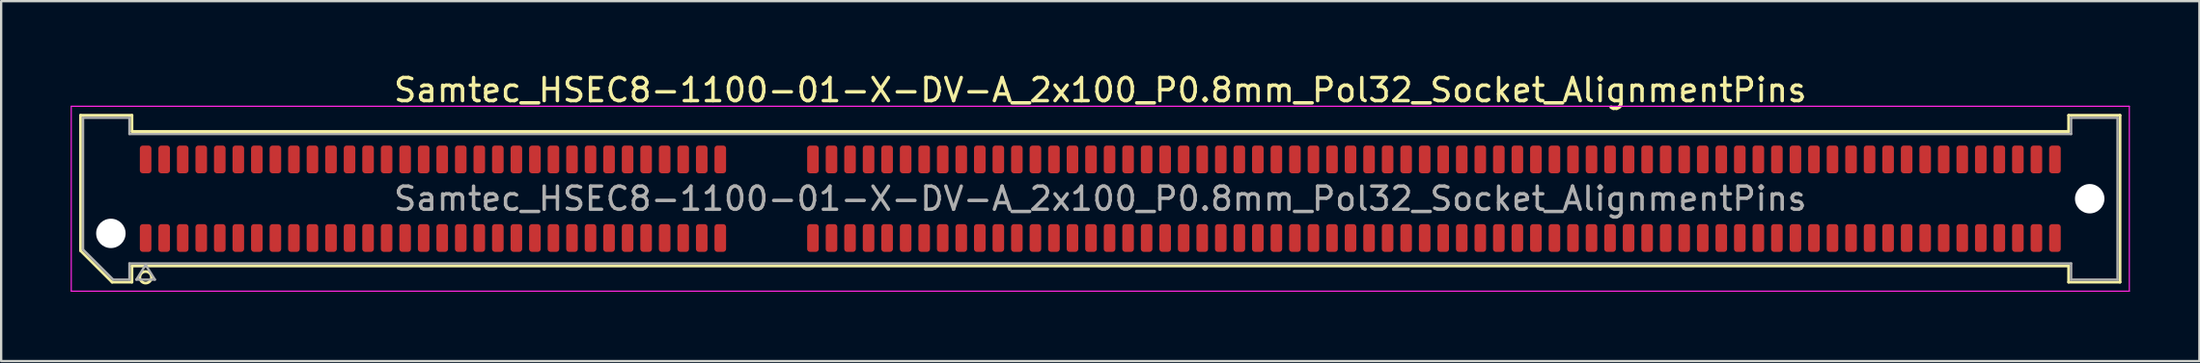
<source format=kicad_pcb>
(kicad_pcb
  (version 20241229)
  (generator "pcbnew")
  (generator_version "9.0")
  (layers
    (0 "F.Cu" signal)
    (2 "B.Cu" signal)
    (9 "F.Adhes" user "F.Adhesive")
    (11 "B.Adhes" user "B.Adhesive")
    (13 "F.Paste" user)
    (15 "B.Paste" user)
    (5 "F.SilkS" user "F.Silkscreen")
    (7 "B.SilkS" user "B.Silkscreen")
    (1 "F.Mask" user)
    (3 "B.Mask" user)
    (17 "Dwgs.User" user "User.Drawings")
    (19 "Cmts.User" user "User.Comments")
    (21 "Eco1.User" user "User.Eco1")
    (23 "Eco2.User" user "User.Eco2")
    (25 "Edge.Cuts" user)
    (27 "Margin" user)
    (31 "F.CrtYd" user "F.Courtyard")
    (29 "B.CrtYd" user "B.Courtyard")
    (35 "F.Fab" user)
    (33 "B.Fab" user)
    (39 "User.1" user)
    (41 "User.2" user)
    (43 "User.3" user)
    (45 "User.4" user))
  (footprint "Samtec_HSEC8-1100-01-X-DV-A_2x100_P0.8mm_Pol32_Socket_AlignmentPins"
    (layer "F.Cu")
    (at 44.435 5.548)
    (property "Reference" "Samtec_HSEC8-1100-01-X-DV-A_2x100_P0.8mm_Pol32_Socket_AlignmentPins" (at 0 -4.7 0) (layer "F.SilkS") (effects (font (size 1 1) (thickness 0.15))))
    (attr smd)
    (fp_line (start -44.01 -3.61) (end -41.79 -3.61) (stroke (width 0.12) (type solid)) (layer "F.SilkS"))
    (fp_line (start -44.01 2.246) (end -44.01 -3.61) (stroke (width 0.12) (type solid)) (layer "F.SilkS"))
    (fp_line (start -42.646 3.61) (end -44.01 2.246) (stroke (width 0.12) (type solid)) (layer "F.SilkS"))
    (fp_line (start -41.79 -3.61) (end -41.79 -2.91) (stroke (width 0.12) (type solid)) (layer "F.SilkS"))
    (fp_line (start -41.79 -2.91) (end 41.79 -2.91) (stroke (width 0.12) (type solid)) (layer "F.SilkS"))
    (fp_line (start -41.79 2.91) (end -41.79 3.61) (stroke (width 0.12) (type solid)) (layer "F.SilkS"))
    (fp_line (start -41.79 3.61) (end -42.646 3.61) (stroke (width 0.12) (type solid)) (layer "F.SilkS"))
    (fp_line (start 41.79 -3.61) (end 44.01 -3.61) (stroke (width 0.12) (type solid)) (layer "F.SilkS"))
    (fp_line (start 41.79 -2.91) (end 41.79 -3.61) (stroke (width 0.12) (type solid)) (layer "F.SilkS"))
    (fp_line (start 41.79 2.91) (end -41.79 2.91) (stroke (width 0.12) (type solid)) (layer "F.SilkS"))
    (fp_line (start 41.79 3.61) (end 41.79 2.91) (stroke (width 0.12) (type solid)) (layer "F.SilkS"))
    (fp_line (start 44.01 -3.61) (end 44.01 3.61) (stroke (width 0.12) (type solid)) (layer "F.SilkS"))
    (fp_line (start 44.01 3.61) (end 41.79 3.61) (stroke (width 0.12) (type solid)) (layer "F.SilkS"))
    (fp_arc (start -40.95 3.4) (mid -41.45 3.4) (end -40.95 3.4) (stroke (width 0.12) (type solid)) (layer "F.SilkS"))
    (fp_line (start -44.41 -4) (end -44.41 4) (stroke (width 0.05) (type solid)) (layer "F.CrtYd"))
    (fp_line (start -44.41 4) (end 44.41 4) (stroke (width 0.05) (type solid)) (layer "F.CrtYd"))
    (fp_line (start 44.41 -4) (end -44.41 -4) (stroke (width 0.05) (type solid)) (layer "F.CrtYd"))
    (fp_line (start 44.41 4) (end 44.41 -4) (stroke (width 0.05) (type solid)) (layer "F.CrtYd"))
    (fp_line (start -43.9 -3.5) (end -41.9 -3.5) (stroke (width 0.1) (type solid)) (layer "F.Fab"))
    (fp_line (start -43.9 2.2) (end -43.9 -3.5) (stroke (width 0.1) (type solid)) (layer "F.Fab"))
    (fp_line (start -42.6 3.5) (end -43.9 2.2) (stroke (width 0.1) (type solid)) (layer "F.Fab"))
    (fp_line (start -41.9 -3.5) (end -41.9 -2.8) (stroke (width 0.1) (type solid)) (layer "F.Fab"))
    (fp_line (start -41.9 -2.8) (end 41.9 -2.8) (stroke (width 0.1) (type solid)) (layer "F.Fab"))
    (fp_line (start -41.9 2.8) (end -41.9 3.5) (stroke (width 0.1) (type solid)) (layer "F.Fab"))
    (fp_line (start -41.9 3.5) (end -42.6 3.5) (stroke (width 0.1) (type solid)) (layer "F.Fab"))
    (fp_line (start -41.6 3.5) (end -41.2 2.86) (stroke (width 0.1) (type solid)) (layer "F.Fab"))
    (fp_line (start -41.2 2.86) (end -40.8 3.5) (stroke (width 0.1) (type solid)) (layer "F.Fab"))
    (fp_line (start -40.8 3.5) (end -41.6 3.5) (stroke (width 0.1) (type solid)) (layer "F.Fab"))
    (fp_line (start 41.9 -3.5) (end 43.9 -3.5) (stroke (width 0.1) (type solid)) (layer "F.Fab"))
    (fp_line (start 41.9 -2.8) (end 41.9 -3.5) (stroke (width 0.1) (type solid)) (layer "F.Fab"))
    (fp_line (start 41.9 2.8) (end -41.9 2.8) (stroke (width 0.1) (type solid)) (layer "F.Fab"))
    (fp_line (start 41.9 3.5) (end 41.9 2.8) (stroke (width 0.1) (type solid)) (layer "F.Fab"))
    (fp_line (start 43.9 -3.5) (end 43.9 3.5) (stroke (width 0.1) (type solid)) (layer "F.Fab"))
    (fp_line (start 43.9 3.5) (end 41.9 3.5) (stroke (width 0.1) (type solid)) (layer "F.Fab"))
    (fp_text user "${REFERENCE}" (at 0 0 0) (layer "F.Fab") (effects (font (size 1 1) (thickness 0.15))))
    (pad "" np_thru_hole circle (at -42.7 1.5) (size 1.27 1.27) (drill 1.27) (layers "*.Cu" "*.Mask"))
    (pad "" np_thru_hole circle (at 42.7 0) (size 1.27 1.27) (drill 1.27) (layers "*.Cu" "*.Mask"))
    (pad "1" smd roundrect (at -41.2 1.7) (size 0.5 1.2) (layers "F.Cu" "F.Mask" "F.Paste") (roundrect_rratio 0.25))
    (pad "2" smd roundrect (at -41.2 -1.7) (size 0.5 1.2) (layers "F.Cu" "F.Mask" "F.Paste") (roundrect_rratio 0.25))
    (pad "3" smd roundrect (at -40.4 1.7) (size 0.5 1.2) (layers "F.Cu" "F.Mask" "F.Paste") (roundrect_rratio 0.25))
    (pad "4" smd roundrect (at -40.4 -1.7) (size 0.5 1.2) (layers "F.Cu" "F.Mask" "F.Paste") (roundrect_rratio 0.25))
    (pad "5" smd roundrect (at -39.6 1.7) (size 0.5 1.2) (layers "F.Cu" "F.Mask" "F.Paste") (roundrect_rratio 0.25))
    (pad "6" smd roundrect (at -39.6 -1.7) (size 0.5 1.2) (layers "F.Cu" "F.Mask" "F.Paste") (roundrect_rratio 0.25))
    (pad "7" smd roundrect (at -38.8 1.7) (size 0.5 1.2) (layers "F.Cu" "F.Mask" "F.Paste") (roundrect_rratio 0.25))
    (pad "8" smd roundrect (at -38.8 -1.7) (size 0.5 1.2) (layers "F.Cu" "F.Mask" "F.Paste") (roundrect_rratio 0.25))
    (pad "9" smd roundrect (at -38 1.7) (size 0.5 1.2) (layers "F.Cu" "F.Mask" "F.Paste") (roundrect_rratio 0.25))
    (pad "10" smd roundrect (at -38 -1.7) (size 0.5 1.2) (layers "F.Cu" "F.Mask" "F.Paste") (roundrect_rratio 0.25))
    (pad "11" smd roundrect (at -37.2 1.7) (size 0.5 1.2) (layers "F.Cu" "F.Mask" "F.Paste") (roundrect_rratio 0.25))
    (pad "12" smd roundrect (at -37.2 -1.7) (size 0.5 1.2) (layers "F.Cu" "F.Mask" "F.Paste") (roundrect_rratio 0.25))
    (pad "13" smd roundrect (at -36.4 1.7) (size 0.5 1.2) (layers "F.Cu" "F.Mask" "F.Paste") (roundrect_rratio 0.25))
    (pad "14" smd roundrect (at -36.4 -1.7) (size 0.5 1.2) (layers "F.Cu" "F.Mask" "F.Paste") (roundrect_rratio 0.25))
    (pad "15" smd roundrect (at -35.6 1.7) (size 0.5 1.2) (layers "F.Cu" "F.Mask" "F.Paste") (roundrect_rratio 0.25))
    (pad "16" smd roundrect (at -35.6 -1.7) (size 0.5 1.2) (layers "F.Cu" "F.Mask" "F.Paste") (roundrect_rratio 0.25))
    (pad "17" smd roundrect (at -34.8 1.7) (size 0.5 1.2) (layers "F.Cu" "F.Mask" "F.Paste") (roundrect_rratio 0.25))
    (pad "18" smd roundrect (at -34.8 -1.7) (size 0.5 1.2) (layers "F.Cu" "F.Mask" "F.Paste") (roundrect_rratio 0.25))
    (pad "19" smd roundrect (at -34 1.7) (size 0.5 1.2) (layers "F.Cu" "F.Mask" "F.Paste") (roundrect_rratio 0.25))
    (pad "20" smd roundrect (at -34 -1.7) (size 0.5 1.2) (layers "F.Cu" "F.Mask" "F.Paste") (roundrect_rratio 0.25))
    (pad "21" smd roundrect (at -33.2 1.7) (size 0.5 1.2) (layers "F.Cu" "F.Mask" "F.Paste") (roundrect_rratio 0.25))
    (pad "22" smd roundrect (at -33.2 -1.7) (size 0.5 1.2) (layers "F.Cu" "F.Mask" "F.Paste") (roundrect_rratio 0.25))
    (pad "23" smd roundrect (at -32.4 1.7) (size 0.5 1.2) (layers "F.Cu" "F.Mask" "F.Paste") (roundrect_rratio 0.25))
    (pad "24" smd roundrect (at -32.4 -1.7) (size 0.5 1.2) (layers "F.Cu" "F.Mask" "F.Paste") (roundrect_rratio 0.25))
    (pad "25" smd roundrect (at -31.6 1.7) (size 0.5 1.2) (layers "F.Cu" "F.Mask" "F.Paste") (roundrect_rratio 0.25))
    (pad "26" smd roundrect (at -31.6 -1.7) (size 0.5 1.2) (layers "F.Cu" "F.Mask" "F.Paste") (roundrect_rratio 0.25))
    (pad "27" smd roundrect (at -30.8 1.7) (size 0.5 1.2) (layers "F.Cu" "F.Mask" "F.Paste") (roundrect_rratio 0.25))
    (pad "28" smd roundrect (at -30.8 -1.7) (size 0.5 1.2) (layers "F.Cu" "F.Mask" "F.Paste") (roundrect_rratio 0.25))
    (pad "29" smd roundrect (at -30 1.7) (size 0.5 1.2) (layers "F.Cu" "F.Mask" "F.Paste") (roundrect_rratio 0.25))
    (pad "30" smd roundrect (at -30 -1.7) (size 0.5 1.2) (layers "F.Cu" "F.Mask" "F.Paste") (roundrect_rratio 0.25))
    (pad "31" smd roundrect (at -29.2 1.7) (size 0.5 1.2) (layers "F.Cu" "F.Mask" "F.Paste") (roundrect_rratio 0.25))
    (pad "32" smd roundrect (at -29.2 -1.7) (size 0.5 1.2) (layers "F.Cu" "F.Mask" "F.Paste") (roundrect_rratio 0.25))
    (pad "33" smd roundrect (at -28.4 1.7) (size 0.5 1.2) (layers "F.Cu" "F.Mask" "F.Paste") (roundrect_rratio 0.25))
    (pad "34" smd roundrect (at -28.4 -1.7) (size 0.5 1.2) (layers "F.Cu" "F.Mask" "F.Paste") (roundrect_rratio 0.25))
    (pad "35" smd roundrect (at -27.6 1.7) (size 0.5 1.2) (layers "F.Cu" "F.Mask" "F.Paste") (roundrect_rratio 0.25))
    (pad "36" smd roundrect (at -27.6 -1.7) (size 0.5 1.2) (layers "F.Cu" "F.Mask" "F.Paste") (roundrect_rratio 0.25))
    (pad "37" smd roundrect (at -26.8 1.7) (size 0.5 1.2) (layers "F.Cu" "F.Mask" "F.Paste") (roundrect_rratio 0.25))
    (pad "38" smd roundrect (at -26.8 -1.7) (size 0.5 1.2) (layers "F.Cu" "F.Mask" "F.Paste") (roundrect_rratio 0.25))
    (pad "39" smd roundrect (at -26 1.7) (size 0.5 1.2) (layers "F.Cu" "F.Mask" "F.Paste") (roundrect_rratio 0.25))
    (pad "40" smd roundrect (at -26 -1.7) (size 0.5 1.2) (layers "F.Cu" "F.Mask" "F.Paste") (roundrect_rratio 0.25))
    (pad "41" smd roundrect (at -25.2 1.7) (size 0.5 1.2) (layers "F.Cu" "F.Mask" "F.Paste") (roundrect_rratio 0.25))
    (pad "42" smd roundrect (at -25.2 -1.7) (size 0.5 1.2) (layers "F.Cu" "F.Mask" "F.Paste") (roundrect_rratio 0.25))
    (pad "43" smd roundrect (at -24.4 1.7) (size 0.5 1.2) (layers "F.Cu" "F.Mask" "F.Paste") (roundrect_rratio 0.25))
    (pad "44" smd roundrect (at -24.4 -1.7) (size 0.5 1.2) (layers "F.Cu" "F.Mask" "F.Paste") (roundrect_rratio 0.25))
    (pad "45" smd roundrect (at -23.6 1.7) (size 0.5 1.2) (layers "F.Cu" "F.Mask" "F.Paste") (roundrect_rratio 0.25))
    (pad "46" smd roundrect (at -23.6 -1.7) (size 0.5 1.2) (layers "F.Cu" "F.Mask" "F.Paste") (roundrect_rratio 0.25))
    (pad "47" smd roundrect (at -22.8 1.7) (size 0.5 1.2) (layers "F.Cu" "F.Mask" "F.Paste") (roundrect_rratio 0.25))
    (pad "48" smd roundrect (at -22.8 -1.7) (size 0.5 1.2) (layers "F.Cu" "F.Mask" "F.Paste") (roundrect_rratio 0.25))
    (pad "49" smd roundrect (at -22 1.7) (size 0.5 1.2) (layers "F.Cu" "F.Mask" "F.Paste") (roundrect_rratio 0.25))
    (pad "50" smd roundrect (at -22 -1.7) (size 0.5 1.2) (layers "F.Cu" "F.Mask" "F.Paste") (roundrect_rratio 0.25))
    (pad "51" smd roundrect (at -21.2 1.7) (size 0.5 1.2) (layers "F.Cu" "F.Mask" "F.Paste") (roundrect_rratio 0.25))
    (pad "52" smd roundrect (at -21.2 -1.7) (size 0.5 1.2) (layers "F.Cu" "F.Mask" "F.Paste") (roundrect_rratio 0.25))
    (pad "53" smd roundrect (at -20.4 1.7) (size 0.5 1.2) (layers "F.Cu" "F.Mask" "F.Paste") (roundrect_rratio 0.25))
    (pad "54" smd roundrect (at -20.4 -1.7) (size 0.5 1.2) (layers "F.Cu" "F.Mask" "F.Paste") (roundrect_rratio 0.25))
    (pad "55" smd roundrect (at -19.6 1.7) (size 0.5 1.2) (layers "F.Cu" "F.Mask" "F.Paste") (roundrect_rratio 0.25))
    (pad "56" smd roundrect (at -19.6 -1.7) (size 0.5 1.2) (layers "F.Cu" "F.Mask" "F.Paste") (roundrect_rratio 0.25))
    (pad "57" smd roundrect (at -18.8 1.7) (size 0.5 1.2) (layers "F.Cu" "F.Mask" "F.Paste") (roundrect_rratio 0.25))
    (pad "58" smd roundrect (at -18.8 -1.7) (size 0.5 1.2) (layers "F.Cu" "F.Mask" "F.Paste") (roundrect_rratio 0.25))
    (pad "59" smd roundrect (at -18 1.7) (size 0.5 1.2) (layers "F.Cu" "F.Mask" "F.Paste") (roundrect_rratio 0.25))
    (pad "60" smd roundrect (at -18 -1.7) (size 0.5 1.2) (layers "F.Cu" "F.Mask" "F.Paste") (roundrect_rratio 0.25))
    (pad "61" smd roundrect (at -17.2 1.7) (size 0.5 1.2) (layers "F.Cu" "F.Mask" "F.Paste") (roundrect_rratio 0.25))
    (pad "62" smd roundrect (at -17.2 -1.7) (size 0.5 1.2) (layers "F.Cu" "F.Mask" "F.Paste") (roundrect_rratio 0.25))
    (pad "63" smd roundrect (at -16.4 1.7) (size 0.5 1.2) (layers "F.Cu" "F.Mask" "F.Paste") (roundrect_rratio 0.25))
    (pad "64" smd roundrect (at -16.4 -1.7) (size 0.5 1.2) (layers "F.Cu" "F.Mask" "F.Paste") (roundrect_rratio 0.25))
    (pad "65" smd roundrect (at -12.4 1.7) (size 0.5 1.2) (layers "F.Cu" "F.Mask" "F.Paste") (roundrect_rratio 0.25))
    (pad "66" smd roundrect (at -12.4 -1.7) (size 0.5 1.2) (layers "F.Cu" "F.Mask" "F.Paste") (roundrect_rratio 0.25))
    (pad "67" smd roundrect (at -11.6 1.7) (size 0.5 1.2) (layers "F.Cu" "F.Mask" "F.Paste") (roundrect_rratio 0.25))
    (pad "68" smd roundrect (at -11.6 -1.7) (size 0.5 1.2) (layers "F.Cu" "F.Mask" "F.Paste") (roundrect_rratio 0.25))
    (pad "69" smd roundrect (at -10.8 1.7) (size 0.5 1.2) (layers "F.Cu" "F.Mask" "F.Paste") (roundrect_rratio 0.25))
    (pad "70" smd roundrect (at -10.8 -1.7) (size 0.5 1.2) (layers "F.Cu" "F.Mask" "F.Paste") (roundrect_rratio 0.25))
    (pad "71" smd roundrect (at -10 1.7) (size 0.5 1.2) (layers "F.Cu" "F.Mask" "F.Paste") (roundrect_rratio 0.25))
    (pad "72" smd roundrect (at -10 -1.7) (size 0.5 1.2) (layers "F.Cu" "F.Mask" "F.Paste") (roundrect_rratio 0.25))
    (pad "73" smd roundrect (at -9.2 1.7) (size 0.5 1.2) (layers "F.Cu" "F.Mask" "F.Paste") (roundrect_rratio 0.25))
    (pad "74" smd roundrect (at -9.2 -1.7) (size 0.5 1.2) (layers "F.Cu" "F.Mask" "F.Paste") (roundrect_rratio 0.25))
    (pad "75" smd roundrect (at -8.4 1.7) (size 0.5 1.2) (layers "F.Cu" "F.Mask" "F.Paste") (roundrect_rratio 0.25))
    (pad "76" smd roundrect (at -8.4 -1.7) (size 0.5 1.2) (layers "F.Cu" "F.Mask" "F.Paste") (roundrect_rratio 0.25))
    (pad "77" smd roundrect (at -7.6 1.7) (size 0.5 1.2) (layers "F.Cu" "F.Mask" "F.Paste") (roundrect_rratio 0.25))
    (pad "78" smd roundrect (at -7.6 -1.7) (size 0.5 1.2) (layers "F.Cu" "F.Mask" "F.Paste") (roundrect_rratio 0.25))
    (pad "79" smd roundrect (at -6.8 1.7) (size 0.5 1.2) (layers "F.Cu" "F.Mask" "F.Paste") (roundrect_rratio 0.25))
    (pad "80" smd roundrect (at -6.8 -1.7) (size 0.5 1.2) (layers "F.Cu" "F.Mask" "F.Paste") (roundrect_rratio 0.25))
    (pad "81" smd roundrect (at -6 1.7) (size 0.5 1.2) (layers "F.Cu" "F.Mask" "F.Paste") (roundrect_rratio 0.25))
    (pad "82" smd roundrect (at -6 -1.7) (size 0.5 1.2) (layers "F.Cu" "F.Mask" "F.Paste") (roundrect_rratio 0.25))
    (pad "83" smd roundrect (at -5.2 1.7) (size 0.5 1.2) (layers "F.Cu" "F.Mask" "F.Paste") (roundrect_rratio 0.25))
    (pad "84" smd roundrect (at -5.2 -1.7) (size 0.5 1.2) (layers "F.Cu" "F.Mask" "F.Paste") (roundrect_rratio 0.25))
    (pad "85" smd roundrect (at -4.4 1.7) (size 0.5 1.2) (layers "F.Cu" "F.Mask" "F.Paste") (roundrect_rratio 0.25))
    (pad "86" smd roundrect (at -4.4 -1.7) (size 0.5 1.2) (layers "F.Cu" "F.Mask" "F.Paste") (roundrect_rratio 0.25))
    (pad "87" smd roundrect (at -3.6 1.7) (size 0.5 1.2) (layers "F.Cu" "F.Mask" "F.Paste") (roundrect_rratio 0.25))
    (pad "88" smd roundrect (at -3.6 -1.7) (size 0.5 1.2) (layers "F.Cu" "F.Mask" "F.Paste") (roundrect_rratio 0.25))
    (pad "89" smd roundrect (at -2.8 1.7) (size 0.5 1.2) (layers "F.Cu" "F.Mask" "F.Paste") (roundrect_rratio 0.25))
    (pad "90" smd roundrect (at -2.8 -1.7) (size 0.5 1.2) (layers "F.Cu" "F.Mask" "F.Paste") (roundrect_rratio 0.25))
    (pad "91" smd roundrect (at -2 1.7) (size 0.5 1.2) (layers "F.Cu" "F.Mask" "F.Paste") (roundrect_rratio 0.25))
    (pad "92" smd roundrect (at -2 -1.7) (size 0.5 1.2) (layers "F.Cu" "F.Mask" "F.Paste") (roundrect_rratio 0.25))
    (pad "93" smd roundrect (at -1.2 1.7) (size 0.5 1.2) (layers "F.Cu" "F.Mask" "F.Paste") (roundrect_rratio 0.25))
    (pad "94" smd roundrect (at -1.2 -1.7) (size 0.5 1.2) (layers "F.Cu" "F.Mask" "F.Paste") (roundrect_rratio 0.25))
    (pad "95" smd roundrect (at -0.4 1.7) (size 0.5 1.2) (layers "F.Cu" "F.Mask" "F.Paste") (roundrect_rratio 0.25))
    (pad "96" smd roundrect (at -0.4 -1.7) (size 0.5 1.2) (layers "F.Cu" "F.Mask" "F.Paste") (roundrect_rratio 0.25))
    (pad "97" smd roundrect (at 0.4 1.7) (size 0.5 1.2) (layers "F.Cu" "F.Mask" "F.Paste") (roundrect_rratio 0.25))
    (pad "98" smd roundrect (at 0.4 -1.7) (size 0.5 1.2) (layers "F.Cu" "F.Mask" "F.Paste") (roundrect_rratio 0.25))
    (pad "99" smd roundrect (at 1.2 1.7) (size 0.5 1.2) (layers "F.Cu" "F.Mask" "F.Paste") (roundrect_rratio 0.25))
    (pad "100" smd roundrect (at 1.2 -1.7) (size 0.5 1.2) (layers "F.Cu" "F.Mask" "F.Paste") (roundrect_rratio 0.25))
    (pad "101" smd roundrect (at 2 1.7) (size 0.5 1.2) (layers "F.Cu" "F.Mask" "F.Paste") (roundrect_rratio 0.25))
    (pad "102" smd roundrect (at 2 -1.7) (size 0.5 1.2) (layers "F.Cu" "F.Mask" "F.Paste") (roundrect_rratio 0.25))
    (pad "103" smd roundrect (at 2.8 1.7) (size 0.5 1.2) (layers "F.Cu" "F.Mask" "F.Paste") (roundrect_rratio 0.25))
    (pad "104" smd roundrect (at 2.8 -1.7) (size 0.5 1.2) (layers "F.Cu" "F.Mask" "F.Paste") (roundrect_rratio 0.25))
    (pad "105" smd roundrect (at 3.6 1.7) (size 0.5 1.2) (layers "F.Cu" "F.Mask" "F.Paste") (roundrect_rratio 0.25))
    (pad "106" smd roundrect (at 3.6 -1.7) (size 0.5 1.2) (layers "F.Cu" "F.Mask" "F.Paste") (roundrect_rratio 0.25))
    (pad "107" smd roundrect (at 4.4 1.7) (size 0.5 1.2) (layers "F.Cu" "F.Mask" "F.Paste") (roundrect_rratio 0.25))
    (pad "108" smd roundrect (at 4.4 -1.7) (size 0.5 1.2) (layers "F.Cu" "F.Mask" "F.Paste") (roundrect_rratio 0.25))
    (pad "109" smd roundrect (at 5.2 1.7) (size 0.5 1.2) (layers "F.Cu" "F.Mask" "F.Paste") (roundrect_rratio 0.25))
    (pad "110" smd roundrect (at 5.2 -1.7) (size 0.5 1.2) (layers "F.Cu" "F.Mask" "F.Paste") (roundrect_rratio 0.25))
    (pad "111" smd roundrect (at 6 1.7) (size 0.5 1.2) (layers "F.Cu" "F.Mask" "F.Paste") (roundrect_rratio 0.25))
    (pad "112" smd roundrect (at 6 -1.7) (size 0.5 1.2) (layers "F.Cu" "F.Mask" "F.Paste") (roundrect_rratio 0.25))
    (pad "113" smd roundrect (at 6.8 1.7) (size 0.5 1.2) (layers "F.Cu" "F.Mask" "F.Paste") (roundrect_rratio 0.25))
    (pad "114" smd roundrect (at 6.8 -1.7) (size 0.5 1.2) (layers "F.Cu" "F.Mask" "F.Paste") (roundrect_rratio 0.25))
    (pad "115" smd roundrect (at 7.6 1.7) (size 0.5 1.2) (layers "F.Cu" "F.Mask" "F.Paste") (roundrect_rratio 0.25))
    (pad "116" smd roundrect (at 7.6 -1.7) (size 0.5 1.2) (layers "F.Cu" "F.Mask" "F.Paste") (roundrect_rratio 0.25))
    (pad "117" smd roundrect (at 8.4 1.7) (size 0.5 1.2) (layers "F.Cu" "F.Mask" "F.Paste") (roundrect_rratio 0.25))
    (pad "118" smd roundrect (at 8.4 -1.7) (size 0.5 1.2) (layers "F.Cu" "F.Mask" "F.Paste") (roundrect_rratio 0.25))
    (pad "119" smd roundrect (at 9.2 1.7) (size 0.5 1.2) (layers "F.Cu" "F.Mask" "F.Paste") (roundrect_rratio 0.25))
    (pad "120" smd roundrect (at 9.2 -1.7) (size 0.5 1.2) (layers "F.Cu" "F.Mask" "F.Paste") (roundrect_rratio 0.25))
    (pad "121" smd roundrect (at 10 1.7) (size 0.5 1.2) (layers "F.Cu" "F.Mask" "F.Paste") (roundrect_rratio 0.25))
    (pad "122" smd roundrect (at 10 -1.7) (size 0.5 1.2) (layers "F.Cu" "F.Mask" "F.Paste") (roundrect_rratio 0.25))
    (pad "123" smd roundrect (at 10.8 1.7) (size 0.5 1.2) (layers "F.Cu" "F.Mask" "F.Paste") (roundrect_rratio 0.25))
    (pad "124" smd roundrect (at 10.8 -1.7) (size 0.5 1.2) (layers "F.Cu" "F.Mask" "F.Paste") (roundrect_rratio 0.25))
    (pad "125" smd roundrect (at 11.6 1.7) (size 0.5 1.2) (layers "F.Cu" "F.Mask" "F.Paste") (roundrect_rratio 0.25))
    (pad "126" smd roundrect (at 11.6 -1.7) (size 0.5 1.2) (layers "F.Cu" "F.Mask" "F.Paste") (roundrect_rratio 0.25))
    (pad "127" smd roundrect (at 12.4 1.7) (size 0.5 1.2) (layers "F.Cu" "F.Mask" "F.Paste") (roundrect_rratio 0.25))
    (pad "128" smd roundrect (at 12.4 -1.7) (size 0.5 1.2) (layers "F.Cu" "F.Mask" "F.Paste") (roundrect_rratio 0.25))
    (pad "129" smd roundrect (at 13.2 1.7) (size 0.5 1.2) (layers "F.Cu" "F.Mask" "F.Paste") (roundrect_rratio 0.25))
    (pad "130" smd roundrect (at 13.2 -1.7) (size 0.5 1.2) (layers "F.Cu" "F.Mask" "F.Paste") (roundrect_rratio 0.25))
    (pad "131" smd roundrect (at 14 1.7) (size 0.5 1.2) (layers "F.Cu" "F.Mask" "F.Paste") (roundrect_rratio 0.25))
    (pad "132" smd roundrect (at 14 -1.7) (size 0.5 1.2) (layers "F.Cu" "F.Mask" "F.Paste") (roundrect_rratio 0.25))
    (pad "133" smd roundrect (at 14.8 1.7) (size 0.5 1.2) (layers "F.Cu" "F.Mask" "F.Paste") (roundrect_rratio 0.25))
    (pad "134" smd roundrect (at 14.8 -1.7) (size 0.5 1.2) (layers "F.Cu" "F.Mask" "F.Paste") (roundrect_rratio 0.25))
    (pad "135" smd roundrect (at 15.6 1.7) (size 0.5 1.2) (layers "F.Cu" "F.Mask" "F.Paste") (roundrect_rratio 0.25))
    (pad "136" smd roundrect (at 15.6 -1.7) (size 0.5 1.2) (layers "F.Cu" "F.Mask" "F.Paste") (roundrect_rratio 0.25))
    (pad "137" smd roundrect (at 16.4 1.7) (size 0.5 1.2) (layers "F.Cu" "F.Mask" "F.Paste") (roundrect_rratio 0.25))
    (pad "138" smd roundrect (at 16.4 -1.7) (size 0.5 1.2) (layers "F.Cu" "F.Mask" "F.Paste") (roundrect_rratio 0.25))
    (pad "139" smd roundrect (at 17.2 1.7) (size 0.5 1.2) (layers "F.Cu" "F.Mask" "F.Paste") (roundrect_rratio 0.25))
    (pad "140" smd roundrect (at 17.2 -1.7) (size 0.5 1.2) (layers "F.Cu" "F.Mask" "F.Paste") (roundrect_rratio 0.25))
    (pad "141" smd roundrect (at 18 1.7) (size 0.5 1.2) (layers "F.Cu" "F.Mask" "F.Paste") (roundrect_rratio 0.25))
    (pad "142" smd roundrect (at 18 -1.7) (size 0.5 1.2) (layers "F.Cu" "F.Mask" "F.Paste") (roundrect_rratio 0.25))
    (pad "143" smd roundrect (at 18.8 1.7) (size 0.5 1.2) (layers "F.Cu" "F.Mask" "F.Paste") (roundrect_rratio 0.25))
    (pad "144" smd roundrect (at 18.8 -1.7) (size 0.5 1.2) (layers "F.Cu" "F.Mask" "F.Paste") (roundrect_rratio 0.25))
    (pad "145" smd roundrect (at 19.6 1.7) (size 0.5 1.2) (layers "F.Cu" "F.Mask" "F.Paste") (roundrect_rratio 0.25))
    (pad "146" smd roundrect (at 19.6 -1.7) (size 0.5 1.2) (layers "F.Cu" "F.Mask" "F.Paste") (roundrect_rratio 0.25))
    (pad "147" smd roundrect (at 20.4 1.7) (size 0.5 1.2) (layers "F.Cu" "F.Mask" "F.Paste") (roundrect_rratio 0.25))
    (pad "148" smd roundrect (at 20.4 -1.7) (size 0.5 1.2) (layers "F.Cu" "F.Mask" "F.Paste") (roundrect_rratio 0.25))
    (pad "149" smd roundrect (at 21.2 1.7) (size 0.5 1.2) (layers "F.Cu" "F.Mask" "F.Paste") (roundrect_rratio 0.25))
    (pad "150" smd roundrect (at 21.2 -1.7) (size 0.5 1.2) (layers "F.Cu" "F.Mask" "F.Paste") (roundrect_rratio 0.25))
    (pad "151" smd roundrect (at 22 1.7) (size 0.5 1.2) (layers "F.Cu" "F.Mask" "F.Paste") (roundrect_rratio 0.25))
    (pad "152" smd roundrect (at 22 -1.7) (size 0.5 1.2) (layers "F.Cu" "F.Mask" "F.Paste") (roundrect_rratio 0.25))
    (pad "153" smd roundrect (at 22.8 1.7) (size 0.5 1.2) (layers "F.Cu" "F.Mask" "F.Paste") (roundrect_rratio 0.25))
    (pad "154" smd roundrect (at 22.8 -1.7) (size 0.5 1.2) (layers "F.Cu" "F.Mask" "F.Paste") (roundrect_rratio 0.25))
    (pad "155" smd roundrect (at 23.6 1.7) (size 0.5 1.2) (layers "F.Cu" "F.Mask" "F.Paste") (roundrect_rratio 0.25))
    (pad "156" smd roundrect (at 23.6 -1.7) (size 0.5 1.2) (layers "F.Cu" "F.Mask" "F.Paste") (roundrect_rratio 0.25))
    (pad "157" smd roundrect (at 24.4 1.7) (size 0.5 1.2) (layers "F.Cu" "F.Mask" "F.Paste") (roundrect_rratio 0.25))
    (pad "158" smd roundrect (at 24.4 -1.7) (size 0.5 1.2) (layers "F.Cu" "F.Mask" "F.Paste") (roundrect_rratio 0.25))
    (pad "159" smd roundrect (at 25.2 1.7) (size 0.5 1.2) (layers "F.Cu" "F.Mask" "F.Paste") (roundrect_rratio 0.25))
    (pad "160" smd roundrect (at 25.2 -1.7) (size 0.5 1.2) (layers "F.Cu" "F.Mask" "F.Paste") (roundrect_rratio 0.25))
    (pad "161" smd roundrect (at 26 1.7) (size 0.5 1.2) (layers "F.Cu" "F.Mask" "F.Paste") (roundrect_rratio 0.25))
    (pad "162" smd roundrect (at 26 -1.7) (size 0.5 1.2) (layers "F.Cu" "F.Mask" "F.Paste") (roundrect_rratio 0.25))
    (pad "163" smd roundrect (at 26.8 1.7) (size 0.5 1.2) (layers "F.Cu" "F.Mask" "F.Paste") (roundrect_rratio 0.25))
    (pad "164" smd roundrect (at 26.8 -1.7) (size 0.5 1.2) (layers "F.Cu" "F.Mask" "F.Paste") (roundrect_rratio 0.25))
    (pad "165" smd roundrect (at 27.6 1.7) (size 0.5 1.2) (layers "F.Cu" "F.Mask" "F.Paste") (roundrect_rratio 0.25))
    (pad "166" smd roundrect (at 27.6 -1.7) (size 0.5 1.2) (layers "F.Cu" "F.Mask" "F.Paste") (roundrect_rratio 0.25))
    (pad "167" smd roundrect (at 28.4 1.7) (size 0.5 1.2) (layers "F.Cu" "F.Mask" "F.Paste") (roundrect_rratio 0.25))
    (pad "168" smd roundrect (at 28.4 -1.7) (size 0.5 1.2) (layers "F.Cu" "F.Mask" "F.Paste") (roundrect_rratio 0.25))
    (pad "169" smd roundrect (at 29.2 1.7) (size 0.5 1.2) (layers "F.Cu" "F.Mask" "F.Paste") (roundrect_rratio 0.25))
    (pad "170" smd roundrect (at 29.2 -1.7) (size 0.5 1.2) (layers "F.Cu" "F.Mask" "F.Paste") (roundrect_rratio 0.25))
    (pad "171" smd roundrect (at 30 1.7) (size 0.5 1.2) (layers "F.Cu" "F.Mask" "F.Paste") (roundrect_rratio 0.25))
    (pad "172" smd roundrect (at 30 -1.7) (size 0.5 1.2) (layers "F.Cu" "F.Mask" "F.Paste") (roundrect_rratio 0.25))
    (pad "173" smd roundrect (at 30.8 1.7) (size 0.5 1.2) (layers "F.Cu" "F.Mask" "F.Paste") (roundrect_rratio 0.25))
    (pad "174" smd roundrect (at 30.8 -1.7) (size 0.5 1.2) (layers "F.Cu" "F.Mask" "F.Paste") (roundrect_rratio 0.25))
    (pad "175" smd roundrect (at 31.6 1.7) (size 0.5 1.2) (layers "F.Cu" "F.Mask" "F.Paste") (roundrect_rratio 0.25))
    (pad "176" smd roundrect (at 31.6 -1.7) (size 0.5 1.2) (layers "F.Cu" "F.Mask" "F.Paste") (roundrect_rratio 0.25))
    (pad "177" smd roundrect (at 32.4 1.7) (size 0.5 1.2) (layers "F.Cu" "F.Mask" "F.Paste") (roundrect_rratio 0.25))
    (pad "178" smd roundrect (at 32.4 -1.7) (size 0.5 1.2) (layers "F.Cu" "F.Mask" "F.Paste") (roundrect_rratio 0.25))
    (pad "179" smd roundrect (at 33.2 1.7) (size 0.5 1.2) (layers "F.Cu" "F.Mask" "F.Paste") (roundrect_rratio 0.25))
    (pad "180" smd roundrect (at 33.2 -1.7) (size 0.5 1.2) (layers "F.Cu" "F.Mask" "F.Paste") (roundrect_rratio 0.25))
    (pad "181" smd roundrect (at 34 1.7) (size 0.5 1.2) (layers "F.Cu" "F.Mask" "F.Paste") (roundrect_rratio 0.25))
    (pad "182" smd roundrect (at 34 -1.7) (size 0.5 1.2) (layers "F.Cu" "F.Mask" "F.Paste") (roundrect_rratio 0.25))
    (pad "183" smd roundrect (at 34.8 1.7) (size 0.5 1.2) (layers "F.Cu" "F.Mask" "F.Paste") (roundrect_rratio 0.25))
    (pad "184" smd roundrect (at 34.8 -1.7) (size 0.5 1.2) (layers "F.Cu" "F.Mask" "F.Paste") (roundrect_rratio 0.25))
    (pad "185" smd roundrect (at 35.6 1.7) (size 0.5 1.2) (layers "F.Cu" "F.Mask" "F.Paste") (roundrect_rratio 0.25))
    (pad "186" smd roundrect (at 35.6 -1.7) (size 0.5 1.2) (layers "F.Cu" "F.Mask" "F.Paste") (roundrect_rratio 0.25))
    (pad "187" smd roundrect (at 36.4 1.7) (size 0.5 1.2) (layers "F.Cu" "F.Mask" "F.Paste") (roundrect_rratio 0.25))
    (pad "188" smd roundrect (at 36.4 -1.7) (size 0.5 1.2) (layers "F.Cu" "F.Mask" "F.Paste") (roundrect_rratio 0.25))
    (pad "189" smd roundrect (at 37.2 1.7) (size 0.5 1.2) (layers "F.Cu" "F.Mask" "F.Paste") (roundrect_rratio 0.25))
    (pad "190" smd roundrect (at 37.2 -1.7) (size 0.5 1.2) (layers "F.Cu" "F.Mask" "F.Paste") (roundrect_rratio 0.25))
    (pad "191" smd roundrect (at 38 1.7) (size 0.5 1.2) (layers "F.Cu" "F.Mask" "F.Paste") (roundrect_rratio 0.25))
    (pad "192" smd roundrect (at 38 -1.7) (size 0.5 1.2) (layers "F.Cu" "F.Mask" "F.Paste") (roundrect_rratio 0.25))
    (pad "193" smd roundrect (at 38.8 1.7) (size 0.5 1.2) (layers "F.Cu" "F.Mask" "F.Paste") (roundrect_rratio 0.25))
    (pad "194" smd roundrect (at 38.8 -1.7) (size 0.5 1.2) (layers "F.Cu" "F.Mask" "F.Paste") (roundrect_rratio 0.25))
    (pad "195" smd roundrect (at 39.6 1.7) (size 0.5 1.2) (layers "F.Cu" "F.Mask" "F.Paste") (roundrect_rratio 0.25))
    (pad "196" smd roundrect (at 39.6 -1.7) (size 0.5 1.2) (layers "F.Cu" "F.Mask" "F.Paste") (roundrect_rratio 0.25))
    (pad "197" smd roundrect (at 40.4 1.7) (size 0.5 1.2) (layers "F.Cu" "F.Mask" "F.Paste") (roundrect_rratio 0.25))
    (pad "198" smd roundrect (at 40.4 -1.7) (size 0.5 1.2) (layers "F.Cu" "F.Mask" "F.Paste") (roundrect_rratio 0.25))
    (pad "199" smd roundrect (at 41.2 1.7) (size 0.5 1.2) (layers "F.Cu" "F.Mask" "F.Paste") (roundrect_rratio 0.25))
    (pad "200" smd roundrect (at 41.2 -1.7) (size 0.5 1.2) (layers "F.Cu" "F.Mask" "F.Paste") (roundrect_rratio 0.25)))
  (gr_rect
    (start -3 -3)
    (end 91.87 12.573)
    (stroke (width 0.1) (type default))
    (fill no)
    (layer "Edge.Cuts")))
</source>
